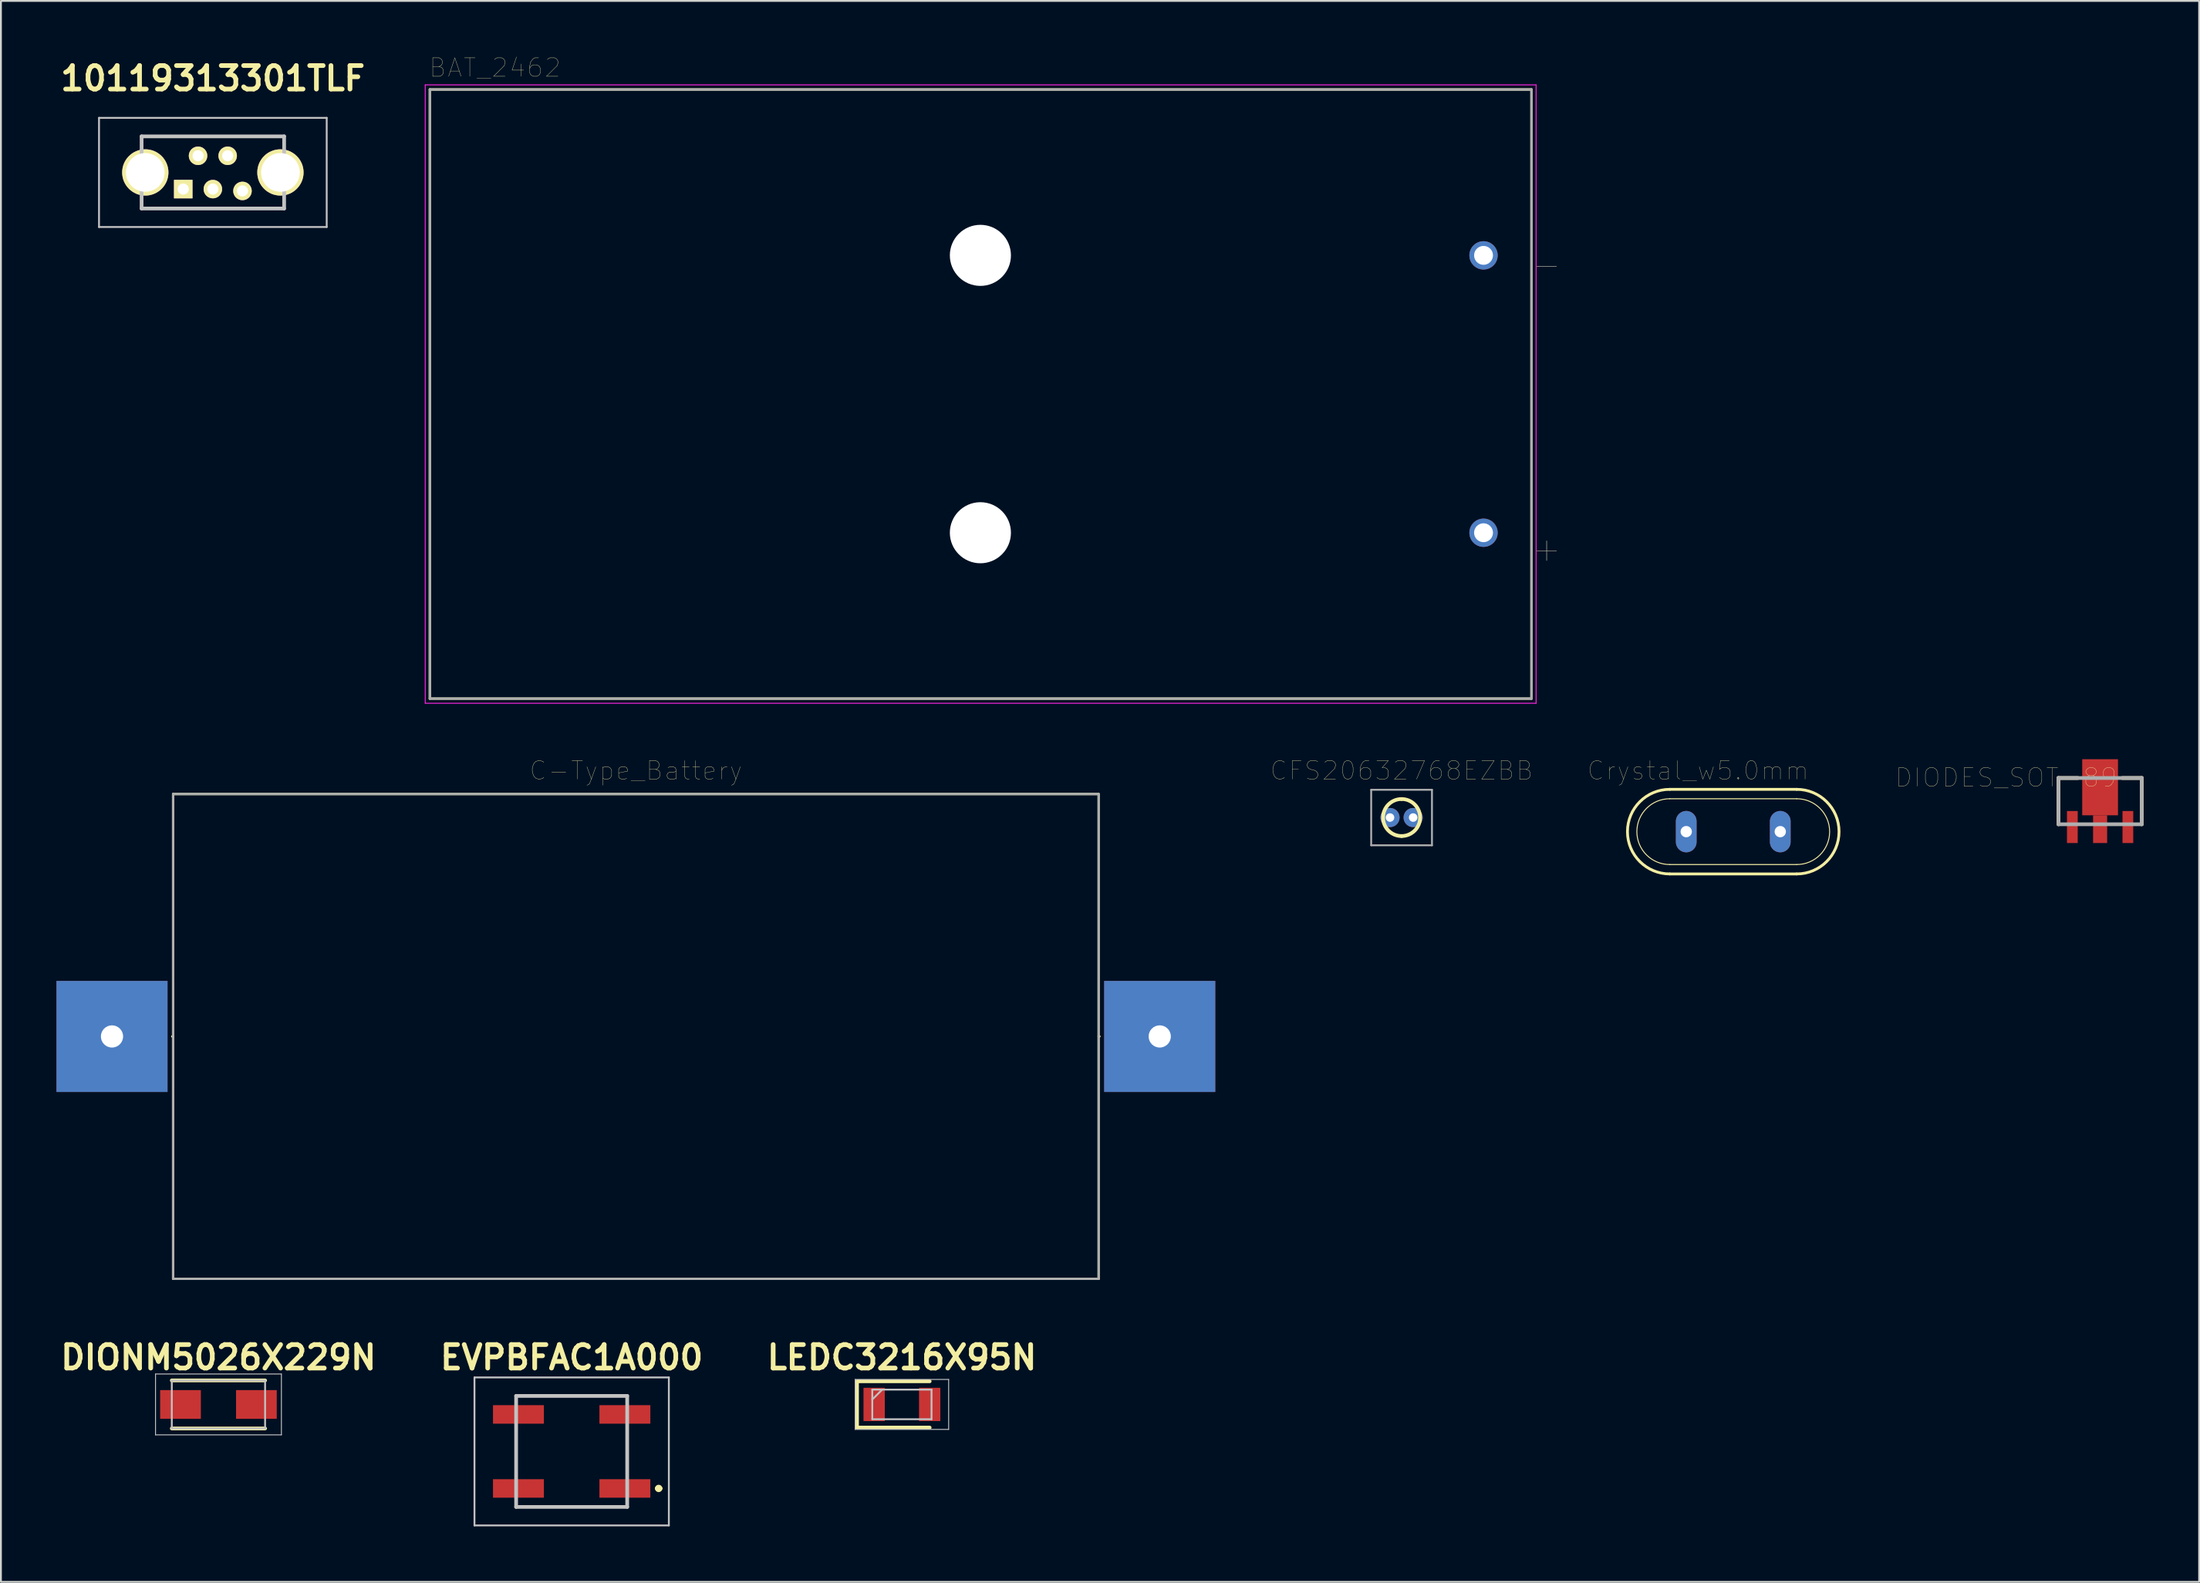
<source format=kicad_pcb>
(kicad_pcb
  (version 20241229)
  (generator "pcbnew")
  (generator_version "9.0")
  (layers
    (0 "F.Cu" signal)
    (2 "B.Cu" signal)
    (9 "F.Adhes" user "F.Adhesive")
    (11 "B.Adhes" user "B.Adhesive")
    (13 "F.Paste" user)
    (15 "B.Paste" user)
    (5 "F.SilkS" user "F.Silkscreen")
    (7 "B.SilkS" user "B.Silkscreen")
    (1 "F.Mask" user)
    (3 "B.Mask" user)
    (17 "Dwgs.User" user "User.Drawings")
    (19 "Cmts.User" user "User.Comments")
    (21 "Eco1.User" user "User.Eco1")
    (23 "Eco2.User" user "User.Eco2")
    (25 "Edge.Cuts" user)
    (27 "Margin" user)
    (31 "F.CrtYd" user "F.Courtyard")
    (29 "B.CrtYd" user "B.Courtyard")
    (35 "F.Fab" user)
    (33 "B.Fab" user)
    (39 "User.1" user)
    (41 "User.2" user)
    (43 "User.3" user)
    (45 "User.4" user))
  (footprint "CFS20632768EZBB"
    (layer "F.Cu")
    (at 72.04 41.133)
    (property "Reference" "CFS20632768EZBB" (at 0.625 -2.54 0) (layer "F.SilkS") (effects (font (size 1 1) (thickness 0.015))))
    (attr through_hole)
    (fp_line (start 0.525 -1) (end 0.725 -1) (stroke (width 0.1) (type solid)) (layer "F.SilkS"))
    (fp_line (start 0.525 1) (end 0.725 1) (stroke (width 0.1) (type solid)) (layer "F.SilkS"))
    (fp_arc (start 0.625 -1) (mid 1.625 0) (end 0.625 1) (stroke (width 0.2) (type solid)) (layer "F.SilkS"))
    (fp_arc (start 0.625 1) (mid -0.375 0) (end 0.625 -1) (stroke (width 0.2) (type solid)) (layer "F.SilkS"))
    (fp_line (start -1.017 -1.5) (end 2.267 -1.5) (stroke (width 0.1) (type solid)) (layer "F.Fab"))
    (fp_line (start -1.017 1.5) (end -1.017 -1.5) (stroke (width 0.1) (type solid)) (layer "F.Fab"))
    (fp_line (start 2.267 -1.5) (end 2.267 1.5) (stroke (width 0.1) (type solid)) (layer "F.Fab"))
    (fp_line (start 2.267 1.5) (end -1.017 1.5) (stroke (width 0.1) (type solid)) (layer "F.Fab"))
    (pad "1" thru_hole circle (at 0 0) (size 1.035 1.035) (drill 0.46) (layers "*.Cu" "*.Mask"))
    (pad "2" thru_hole circle (at 1.25 0) (size 1.035 1.035) (drill 0.46) (layers "*.Cu" "*.Mask")))
  (footprint "C-Type_Battery"
    (layer "F.Cu")
    (at 31.3 52.963)
    (property "Reference" "C-Type_Battery" (at 0 -14.37 0) (layer "F.SilkS") (effects (font (size 1 1) (thickness 0.015))))
    (attr through_hole)
    (fp_line (start -25 -13.1) (end -25 13.1) (stroke (width 0.12) (type solid)) (layer "F.SilkS"))
    (fp_line (start -25 0) (end -25.046 0) (stroke (width 0.12) (type solid)) (layer "F.SilkS"))
    (fp_line (start -25 13.1) (end 25 13.1) (stroke (width 0.12) (type solid)) (layer "F.SilkS"))
    (fp_line (start 25 -13.1) (end -25 -13.1) (stroke (width 0.12) (type solid)) (layer "F.SilkS"))
    (fp_line (start 25 0) (end 25.046 0) (stroke (width 0.12) (type solid)) (layer "F.SilkS"))
    (fp_line (start 25 13.1) (end 25 -13.1) (stroke (width 0.12) (type solid)) (layer "F.SilkS"))
    (fp_line (start -25 -13.1) (end 25 -13.1) (stroke (width 0.12) (type solid)) (layer "F.Fab"))
    (fp_line (start -25 13.1) (end -25 -13.1) (stroke (width 0.12) (type solid)) (layer "F.Fab"))
    (fp_line (start 25 -13.1) (end 25 13.1) (stroke (width 0.12) (type solid)) (layer "F.Fab"))
    (fp_line (start 25 13.1) (end -25 13.1) (stroke (width 0.12) (type solid)) (layer "F.Fab"))
    (pad "1" thru_hole rect (at -28.3 0) (size 6 6) (drill 1.2) (layers "*.Cu" "*.Mask"))
    (pad "2" thru_hole rect (at 28.3 0) (size 6 6) (drill 1.2) (layers "*.Cu" "*.Mask")))
  (footprint "EVPBFAC1A000"
    (layer "F.Cu")
    (at 27.832 75.391)
    (property "Reference" "EVPBFAC1A000" (at 0 -5.08 0) (layer "F.SilkS") (effects (font (size 1.27 1.27) (thickness 0.254))))
    (attr smd)
    (fp_line (start -3 -3) (end 3 -3) (stroke (width 0.1) (type solid)) (layer "F.SilkS"))
    (fp_line (start -3 -1) (end -3 1) (stroke (width 0.1) (type solid)) (layer "F.SilkS"))
    (fp_line (start -3 3) (end 3 3) (stroke (width 0.1) (type solid)) (layer "F.SilkS"))
    (fp_line (start 3 -1) (end 3 1) (stroke (width 0.1) (type solid)) (layer "F.SilkS"))
    (fp_line (start 4.6 2) (end 4.6 2) (stroke (width 0.2) (type solid)) (layer "F.SilkS"))
    (fp_line (start 4.8 2) (end 4.8 2) (stroke (width 0.2) (type solid)) (layer "F.SilkS"))
    (fp_arc (start 4.6 2) (mid 4.7 1.9) (end 4.8 2) (stroke (width 0.2) (type solid)) (layer "F.SilkS"))
    (fp_arc (start 4.8 2) (mid 4.7 2.1) (end 4.6 2) (stroke (width 0.2) (type solid)) (layer "F.SilkS"))
    (fp_line (start -5.25 -4) (end 5.25 -4) (stroke (width 0.1) (type solid)) (layer "Dwgs.User"))
    (fp_line (start -5.25 4) (end -5.25 -4) (stroke (width 0.1) (type solid)) (layer "Dwgs.User"))
    (fp_line (start -3 -3) (end 3 -3) (stroke (width 0.2) (type solid)) (layer "Dwgs.User"))
    (fp_line (start -3 3) (end -3 -3) (stroke (width 0.2) (type solid)) (layer "Dwgs.User"))
    (fp_line (start 3 -3) (end 3 3) (stroke (width 0.2) (type solid)) (layer "Dwgs.User"))
    (fp_line (start 3 3) (end -3 3) (stroke (width 0.2) (type solid)) (layer "Dwgs.User"))
    (fp_line (start 5.25 -4) (end 5.25 4) (stroke (width 0.1) (type solid)) (layer "Dwgs.User"))
    (fp_line (start 5.25 4) (end -5.25 4) (stroke (width 0.1) (type solid)) (layer "Dwgs.User"))
    (pad "A1" smd rect (at 2.875 2 90) (size 1 2.75) (layers "F.Cu" "F.Mask" "F.Paste"))
    (pad "A2" smd rect (at -2.875 2 90) (size 1 2.75) (layers "F.Cu" "F.Mask" "F.Paste"))
    (pad "B1" smd rect (at 2.875 -2 90) (size 1 2.75) (layers "F.Cu" "F.Mask" "F.Paste"))
    (pad "B2" smd rect (at -2.875 -2 90) (size 1 2.75) (layers "F.Cu" "F.Mask" "F.Paste")))
  (footprint "Crystal_w5.0mm"
    (layer "F.Cu")
    (at 90.582 41.895)
    (property "Reference" "Crystal_w5.0mm" (at -1.905 -3.302 0) (layer "F.SilkS") (effects (font (size 1 1) (thickness 0.015))))
    (attr through_hole)
    (fp_line (start -3.429 1.778) (end 3.429 1.778) (stroke (width 0.051) (type solid)) (layer "F.SilkS"))
    (fp_line (start -3.429 2.286) (end 3.429 2.286) (stroke (width 0.152) (type solid)) (layer "F.SilkS"))
    (fp_line (start 3.429 -2.286) (end -3.429 -2.286) (stroke (width 0.152) (type solid)) (layer "F.SilkS"))
    (fp_line (start 3.429 -1.778) (end -3.429 -1.778) (stroke (width 0.051) (type solid)) (layer "F.SilkS"))
    (fp_arc (start -3.429 1.778) (mid -5.207 0) (end -3.429 -1.778) (stroke (width 0.0508) (type solid)) (layer "F.SilkS"))
    (fp_arc (start -3.429 2.286) (mid -5.715 0) (end -3.429 -2.286) (stroke (width 0.1524) (type solid)) (layer "F.SilkS"))
    (fp_arc (start 3.429 -2.286) (mid 5.715 0) (end 3.429 2.286) (stroke (width 0.1524) (type solid)) (layer "F.SilkS"))
    (fp_arc (start 3.429 -1.778) (mid 5.207 0) (end 3.429 1.778) (stroke (width 0.0508) (type solid)) (layer "F.SilkS"))
    (pad "1" thru_hole oval (at -2.54 0) (size 1.118 2.235) (drill 0.61) (layers "*.Cu" "*.Mask"))
    (pad "2" thru_hole oval (at 2.54 0) (size 1.118 2.235) (drill 0.61) (layers "*.Cu" "*.Mask")))
  (footprint "BAT_2462"
    (layer "F.Cu")
    (at 49.912 18.246)
    (property "Reference" "BAT_2462" (at -26.225 -17.635 0) (layer "F.SilkS") (effects (font (size 1 1) (thickness 0.015))))
    (attr through_hole)
    (fp_line (start -29.74 -16.46) (end 29.77 -16.46) (stroke (width 0.127) (type solid)) (layer "F.SilkS"))
    (fp_line (start -29.74 16.46) (end -29.74 -16.46) (stroke (width 0.127) (type solid)) (layer "F.SilkS"))
    (fp_line (start 29.77 -16.46) (end 29.77 16.46) (stroke (width 0.127) (type solid)) (layer "F.SilkS"))
    (fp_line (start 29.77 16.46) (end -29.74 16.46) (stroke (width 0.127) (type solid)) (layer "F.SilkS"))
    (fp_line (start -29.99 -16.71) (end 30.02 -16.71) (stroke (width 0.05) (type solid)) (layer "F.CrtYd"))
    (fp_line (start -29.99 16.71) (end -29.99 -16.71) (stroke (width 0.05) (type solid)) (layer "F.CrtYd"))
    (fp_line (start 30.02 -16.71) (end 30.02 16.71) (stroke (width 0.05) (type solid)) (layer "F.CrtYd"))
    (fp_line (start 30.02 16.71) (end -29.99 16.71) (stroke (width 0.05) (type solid)) (layer "F.CrtYd"))
    (fp_line (start -29.74 -16.46) (end 29.77 -16.46) (stroke (width 0.127) (type solid)) (layer "F.Fab"))
    (fp_line (start -29.74 16.46) (end -29.74 -16.46) (stroke (width 0.127) (type solid)) (layer "F.Fab"))
    (fp_line (start 29.77 -16.46) (end 29.77 16.46) (stroke (width 0.127) (type solid)) (layer "F.Fab"))
    (fp_line (start 29.77 16.46) (end -29.74 16.46) (stroke (width 0.127) (type solid)) (layer "F.Fab"))
    (fp_text user "+" (at 30.59 8.35 0) (layer "F.SilkS") (effects (font (size 1.4 1.4) (thickness 0.015))))
    (fp_text user "-" (at 30.59 -7 0) (layer "F.SilkS") (effects (font (size 1.4 1.4) (thickness 0.015))))
    (fp_text user "-" (at 30.59 -7 0) (layer "F.Fab") (effects (font (size 1.4 1.4) (thickness 0.015))))
    (fp_text user "+" (at 30.59 8.35 0) (layer "F.Fab") (effects (font (size 1.4 1.4) (thickness 0.015))))
    (pad "" np_thru_hole circle (at 0 -7.495) (size 3.3 3.3) (drill 3.3) (layers "*.Cu" "*.Mask"))
    (pad "" np_thru_hole circle (at 0 7.495) (size 3.3 3.3) (drill 3.3) (layers "*.Cu" "*.Mask"))
    (pad "N" thru_hole circle (at 27.18 -7.495) (size 1.53 1.53) (drill 1.02) (layers "*.Cu" "*.Mask"))
    (pad "P" thru_hole circle (at 27.18 7.495) (size 1.53 1.53) (drill 1.02) (layers "*.Cu" "*.Mask")))
  (footprint "10119313301TLF"
    (layer "F.Cu")
    (at 8.449 6.269)
    (property "Reference" "10119313301TLF" (at 0 -5.08 0) (layer "F.SilkS") (effects (font (size 1.27 1.27) (thickness 0.254))))
    (attr through_hole)
    (fp_line (start -3.85 -1.95) (end 3.85 -1.95) (stroke (width 0.1) (type solid)) (layer "F.SilkS"))
    (fp_line (start -3.85 1.95) (end 3.85 1.95) (stroke (width 0.1) (type solid)) (layer "F.SilkS"))
    (fp_line (start -6.15 -2.95) (end 6.15 -2.95) (stroke (width 0.1) (type solid)) (layer "Dwgs.User"))
    (fp_line (start -6.15 2.95) (end -6.15 -2.95) (stroke (width 0.1) (type solid)) (layer "Dwgs.User"))
    (fp_line (start -3.85 -1.95) (end 3.85 -1.95) (stroke (width 0.2) (type solid)) (layer "Dwgs.User"))
    (fp_line (start -3.85 1.95) (end -3.85 -1.95) (stroke (width 0.2) (type solid)) (layer "Dwgs.User"))
    (fp_line (start 3.85 -1.95) (end 3.85 1.95) (stroke (width 0.2) (type solid)) (layer "Dwgs.User"))
    (fp_line (start 3.85 1.95) (end -3.85 1.95) (stroke (width 0.2) (type solid)) (layer "Dwgs.User"))
    (fp_line (start 6.15 -2.95) (end 6.15 2.95) (stroke (width 0.1) (type solid)) (layer "Dwgs.User"))
    (fp_line (start 6.15 2.95) (end -6.15 2.95) (stroke (width 0.1) (type solid)) (layer "Dwgs.User"))
    (pad "1" thru_hole rect (at -1.6 0.9 90) (size 1 1) (drill 0.6) (layers "*.Cu" "*.Mask" "F.SilkS"))
    (pad "2" thru_hole circle (at -0.8 -0.9 90) (size 1 1) (drill 0.6) (layers "*.Cu" "*.Mask" "F.SilkS"))
    (pad "3" thru_hole circle (at 0 0.9 90) (size 1 1) (drill 0.6) (layers "*.Cu" "*.Mask" "F.SilkS"))
    (pad "4" thru_hole circle (at 0.8 -0.9 90) (size 1 1) (drill 0.6) (layers "*.Cu" "*.Mask" "F.SilkS"))
    (pad "5" thru_hole circle (at 1.6 1 90) (size 1 1) (drill 0.6) (layers "*.Cu" "*.Mask" "F.SilkS"))
    (pad "6" thru_hole circle (at -3.65 0 90) (size 2.5 2.5) (drill 2.088) (layers "*.Cu" "*.Mask" "F.SilkS"))
    (pad "7" thru_hole circle (at 3.65 0 90) (size 2.5 2.5) (drill 2.088) (layers "*.Cu" "*.Mask" "F.SilkS")))
  (footprint "DIONM5026X229N"
    (layer "F.Cu")
    (at 8.751 72.851)
    (property "Reference" "DIONM5026X229N" (at 0 -2.54 0) (layer "F.SilkS") (effects (font (size 1.27 1.27) (thickness 0.254))))
    (attr smd)
    (fp_line (start -2.52 1.298) (end 2.52 1.298) (stroke (width 0.2) (type solid)) (layer "F.SilkS"))
    (fp_line (start 2.52 -1.298) (end -2.52 -1.298) (stroke (width 0.2) (type solid)) (layer "F.SilkS"))
    (fp_line (start -3.4 -1.645) (end 3.4 -1.645) (stroke (width 0.05) (type solid)) (layer "Dwgs.User"))
    (fp_line (start -3.4 1.645) (end -3.4 -1.645) (stroke (width 0.05) (type solid)) (layer "Dwgs.User"))
    (fp_line (start -2.52 -1.298) (end 2.52 -1.298) (stroke (width 0.1) (type solid)) (layer "Dwgs.User"))
    (fp_line (start -2.52 1.298) (end -2.52 -1.298) (stroke (width 0.1) (type solid)) (layer "Dwgs.User"))
    (fp_line (start 2.52 -1.298) (end 2.52 1.298) (stroke (width 0.1) (type solid)) (layer "Dwgs.User"))
    (fp_line (start 2.52 1.298) (end -2.52 1.298) (stroke (width 0.1) (type solid)) (layer "Dwgs.User"))
    (fp_line (start 3.4 -1.645) (end 3.4 1.645) (stroke (width 0.05) (type solid)) (layer "Dwgs.User"))
    (fp_line (start 3.4 1.645) (end -3.4 1.645) (stroke (width 0.05) (type solid)) (layer "Dwgs.User"))
    (pad "1" smd rect (at -2.05 0 90) (size 1.55 2.2) (layers "F.Cu" "F.Mask" "F.Paste"))
    (pad "2" smd rect (at 2.05 0 90) (size 1.55 2.2) (layers "F.Cu" "F.Mask" "F.Paste")))
  (footprint "DIODES_SOT-89"
    (layer "F.Cu")
    (at 110.4 40.246)
    (property "Reference" "DIODES_SOT-89" (at -5.08 -1.27 0) (layer "F.SilkS") (effects (font (size 1 1) (thickness 0.015))))
    (attr through_hole)
    (fp_line (start -2.25 -1.25) (end -1.202 -1.25) (stroke (width 0.2) (type solid)) (layer "F.SilkS"))
    (fp_line (start -2.25 1.25) (end -2.25 -1.25) (stroke (width 0.2) (type solid)) (layer "F.SilkS"))
    (fp_line (start 2.25 -1.25) (end 1.202 -1.25) (stroke (width 0.2) (type solid)) (layer "F.SilkS"))
    (fp_line (start 2.25 -1.25) (end 2.25 1.25) (stroke (width 0.2) (type solid)) (layer "F.SilkS"))
    (fp_line (start -2.25 -1.25) (end 2.25 -1.25) (stroke (width 0.2) (type solid)) (layer "F.Fab"))
    (fp_line (start -2.25 1.25) (end -2.25 -1.25) (stroke (width 0.2) (type solid)) (layer "F.Fab"))
    (fp_line (start 2.25 -1.25) (end 2.25 1.25) (stroke (width 0.2) (type solid)) (layer "F.Fab"))
    (fp_line (start 2.25 1.25) (end -2.25 1.25) (stroke (width 0.2) (type solid)) (layer "F.Fab"))
    (pad "1" smd rect (at -1.5 1.4) (size 0.58 1.73) (layers "F.Cu" "F.Mask" "F.Paste"))
    (pad "2" smd rect (at 0 1.515) (size 0.76 1.5) (layers "F.Cu" "F.Mask" "F.Paste"))
    (pad "3" smd rect (at 1.5 1.4) (size 0.58 1.73) (layers "F.Cu" "F.Mask" "F.Paste"))
    (pad "4" smd rect (at 0 -0.75) (size 1.933 3.03) (layers "F.Cu" "F.Mask" "F.Paste")))
  (footprint "LEDC3216X95N"
    (layer "F.Cu")
    (at 45.672 72.851)
    (property "Reference" "LEDC3216X95N" (at 0 -2.54 0) (layer "F.SilkS") (effects (font (size 1.27 1.27) (thickness 0.254))))
    (attr smd)
    (fp_line (start -2.425 -1.25) (end -2.425 1.25) (stroke (width 0.2) (type solid)) (layer "F.SilkS"))
    (fp_line (start -2.425 1.25) (end 1.5 1.25) (stroke (width 0.2) (type solid)) (layer "F.SilkS"))
    (fp_line (start 1.5 -1.25) (end -2.425 -1.25) (stroke (width 0.2) (type solid)) (layer "F.SilkS"))
    (fp_line (start -2.525 -1.35) (end 2.525 -1.35) (stroke (width 0.05) (type solid)) (layer "Dwgs.User"))
    (fp_line (start -2.525 1.35) (end -2.525 -1.35) (stroke (width 0.05) (type solid)) (layer "Dwgs.User"))
    (fp_line (start -1.6 -0.8) (end 1.6 -0.8) (stroke (width 0.1) (type solid)) (layer "Dwgs.User"))
    (fp_line (start -1.6 -0.267) (end -1.067 -0.8) (stroke (width 0.1) (type solid)) (layer "Dwgs.User"))
    (fp_line (start -1.6 0.8) (end -1.6 -0.8) (stroke (width 0.1) (type solid)) (layer "Dwgs.User"))
    (fp_line (start 1.6 -0.8) (end 1.6 0.8) (stroke (width 0.1) (type solid)) (layer "Dwgs.User"))
    (fp_line (start 1.6 0.8) (end -1.6 0.8) (stroke (width 0.1) (type solid)) (layer "Dwgs.User"))
    (fp_line (start 2.525 -1.35) (end 2.525 1.35) (stroke (width 0.05) (type solid)) (layer "Dwgs.User"))
    (fp_line (start 2.525 1.35) (end -2.525 1.35) (stroke (width 0.05) (type solid)) (layer "Dwgs.User"))
    (pad "1" smd rect (at -1.5 0) (size 1.15 1.8) (layers "F.Cu" "F.Mask" "F.Paste"))
    (pad "2" smd rect (at 1.5 0) (size 1.15 1.8) (layers "F.Cu" "F.Mask" "F.Paste")))
  (gr_rect
    (start -3 -3)
    (end 115.75 82.441)
    (stroke (width 0.1) (type default))
    (fill no)
    (layer "Edge.Cuts")))
</source>
